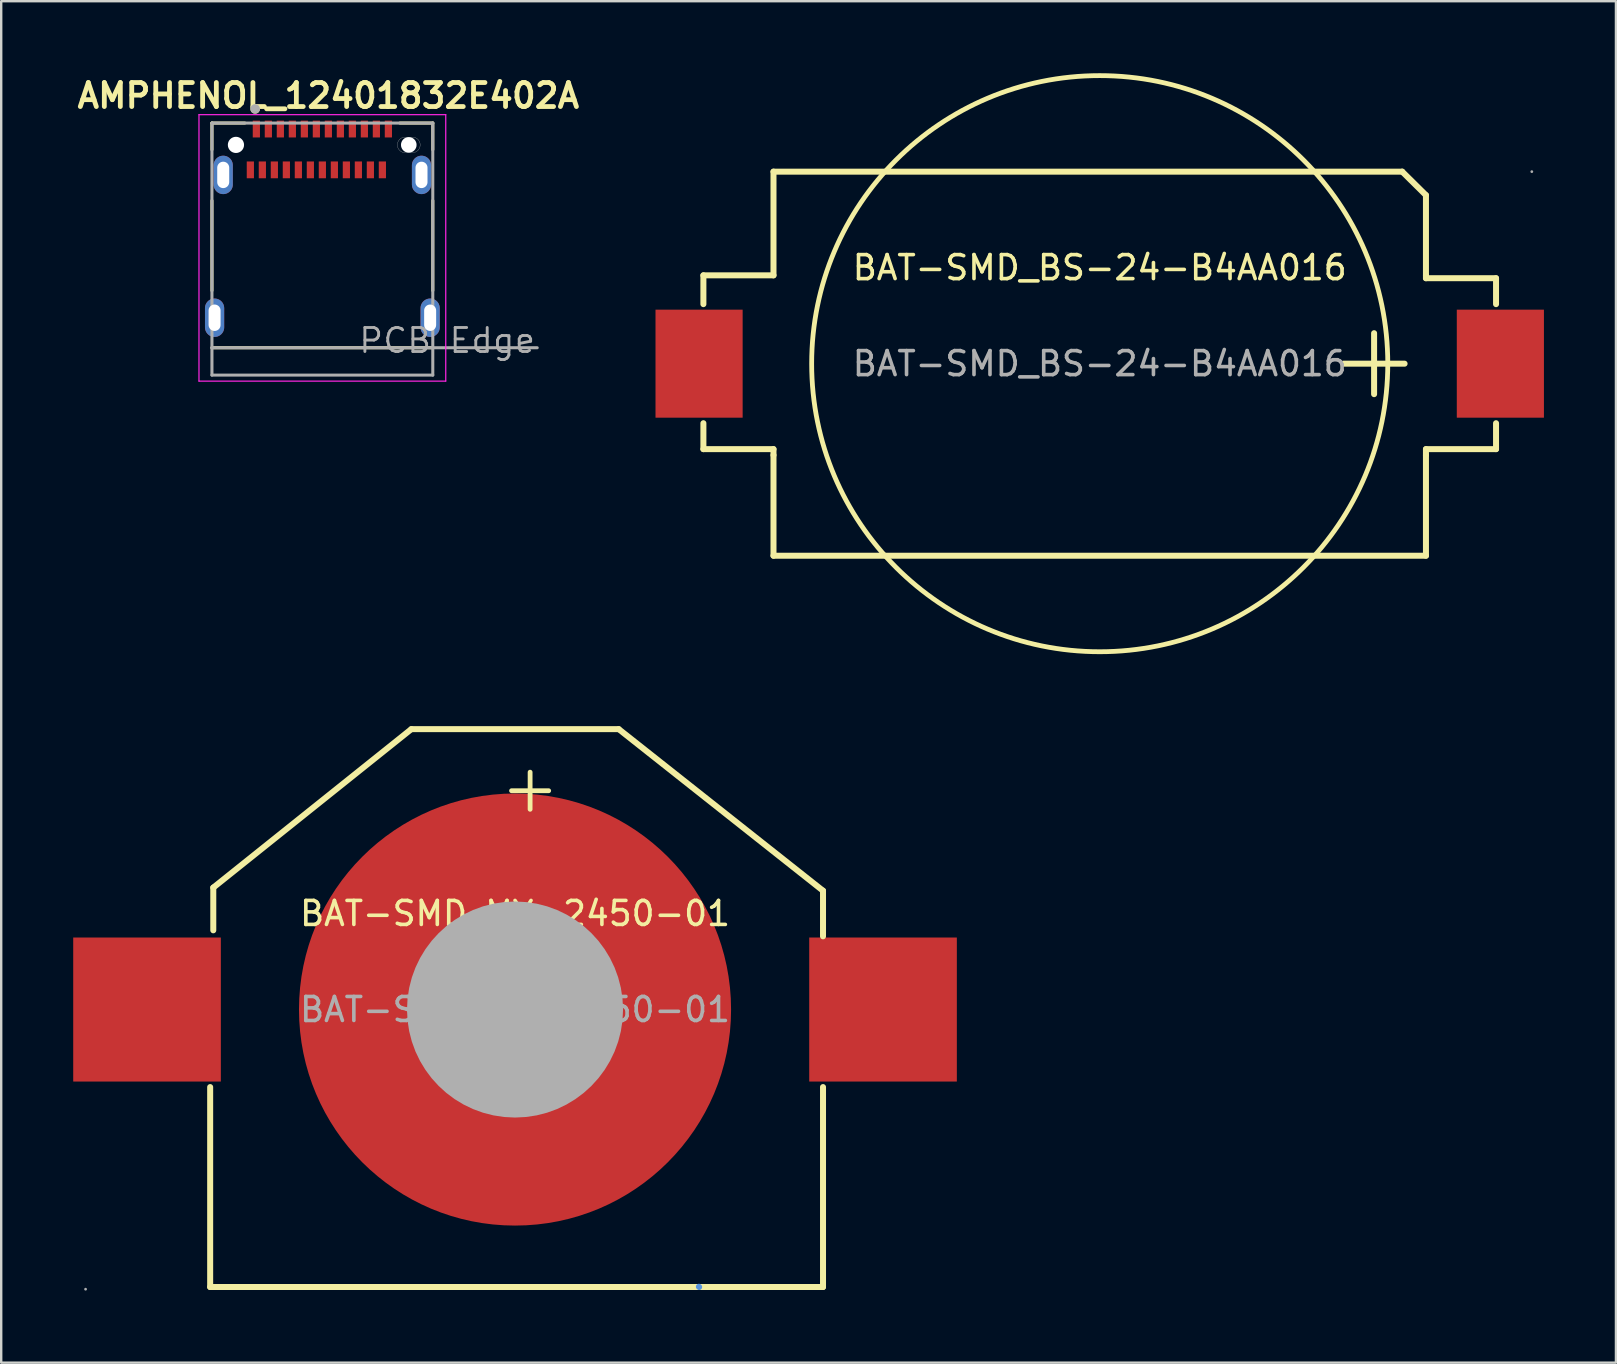
<source format=kicad_pcb>
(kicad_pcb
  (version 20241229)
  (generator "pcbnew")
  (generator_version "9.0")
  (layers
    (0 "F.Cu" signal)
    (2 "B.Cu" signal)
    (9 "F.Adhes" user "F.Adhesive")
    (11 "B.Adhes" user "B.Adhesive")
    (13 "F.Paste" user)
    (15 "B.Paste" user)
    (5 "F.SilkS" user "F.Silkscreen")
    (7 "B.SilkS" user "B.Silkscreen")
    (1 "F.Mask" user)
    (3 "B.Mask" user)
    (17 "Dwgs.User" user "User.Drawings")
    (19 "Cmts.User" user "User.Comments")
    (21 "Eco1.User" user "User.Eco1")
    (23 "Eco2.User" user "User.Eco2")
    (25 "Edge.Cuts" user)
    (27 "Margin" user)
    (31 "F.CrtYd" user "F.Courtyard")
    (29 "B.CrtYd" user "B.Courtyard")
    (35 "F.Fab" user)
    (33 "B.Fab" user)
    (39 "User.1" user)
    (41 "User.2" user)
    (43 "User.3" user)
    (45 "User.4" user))
  (footprint "AMPHENOL_12401832E402A"
    (layer "F.Cu")
    (at 10.379 2.986)
    (property "Reference" "AMPHENOL_12401832E402A" (at 0.25 -2.05 0) (layer "F.SilkS") (effects (font (size 1 1) (thickness 0.2) (bold yes))))
    (attr smd)
    (fp_line (start -4.6 -0.91) (end -4.6 0.2) (stroke (width 0.127) (type solid)) (layer "F.SilkS"))
    (fp_line (start -4.6 2.32) (end -4.6 6.07) (stroke (width 0.127) (type solid)) (layer "F.SilkS"))
    (fp_line (start -4.6 8.45) (end 4.6 8.45) (stroke (width 0.127) (type solid)) (layer "F.SilkS"))
    (fp_line (start -3.23 -0.91) (end -4.6 -0.91) (stroke (width 0.127) (type solid)) (layer "F.SilkS"))
    (fp_line (start 4.6 -0.91) (end 3.23 -0.91) (stroke (width 0.127) (type solid)) (layer "F.SilkS"))
    (fp_line (start 4.6 0.2) (end 4.6 -0.91) (stroke (width 0.127) (type solid)) (layer "F.SilkS"))
    (fp_line (start 4.6 6.07) (end 4.6 2.32) (stroke (width 0.127) (type solid)) (layer "F.SilkS"))
    (fp_circle (center -2.8 -1.5) (end -2.7 -1.5) (stroke (width 0.2) (type solid)) (fill no) (layer "F.SilkS"))
    (fp_line (start 3.45 -0.325) (end 3.75 -0.325) (stroke (width 0.01) (type solid)) (layer "Edge.Cuts"))
    (fp_line (start 3.75 0.325) (end 3.45 0.325) (stroke (width 0.01) (type solid)) (layer "Edge.Cuts"))
    (fp_arc (start 3.45 0.325) (mid 3.125 0) (end 3.45 -0.325) (stroke (width 0.01) (type solid)) (layer "Edge.Cuts"))
    (fp_arc (start 3.75 -0.325) (mid 4.075 0) (end 3.75 0.325) (stroke (width 0.01) (type solid)) (layer "Edge.Cuts"))
    (fp_line (start -5.14 -1.26) (end 5.14 -1.26) (stroke (width 0.05) (type solid)) (layer "F.CrtYd"))
    (fp_line (start -5.14 9.84) (end -5.14 -1.26) (stroke (width 0.05) (type solid)) (layer "F.CrtYd"))
    (fp_line (start 5.14 -1.26) (end 5.14 9.84) (stroke (width 0.05) (type solid)) (layer "F.CrtYd"))
    (fp_line (start 5.14 9.84) (end -5.14 9.84) (stroke (width 0.05) (type solid)) (layer "F.CrtYd"))
    (fp_line (start -4.6 -0.91) (end 4.6 -0.91) (stroke (width 0.127) (type solid)) (layer "F.Fab"))
    (fp_line (start -4.6 8.45) (end -4.6 -0.91) (stroke (width 0.127) (type solid)) (layer "F.Fab"))
    (fp_line (start -4.6 8.45) (end 8.95 8.45) (stroke (width 0.127) (type solid)) (layer "F.Fab"))
    (fp_line (start -4.6 9.59) (end -4.6 8.45) (stroke (width 0.127) (type solid)) (layer "F.Fab"))
    (fp_line (start 4.6 -0.91) (end 4.6 9.59) (stroke (width 0.127) (type solid)) (layer "F.Fab"))
    (fp_line (start 4.6 9.59) (end -4.6 9.59) (stroke (width 0.127) (type solid)) (layer "F.Fab"))
    (fp_circle (center -2.8 -1.5) (end -2.7 -1.5) (stroke (width 0.2) (type solid)) (fill no) (layer "F.Fab"))
    (fp_text user "PCB Edge" (at 5.2 8.15 0) (layer "F.Fab") (effects (font (size 1 1) (thickness 0.12))))
    (pad "" np_thru_hole circle (at -3.6 0) (size 0.675 0.675) (drill 0.675) (layers "*.Cu" "*.Mask"))
    (pad "" np_thru_hole circle (at 3.6 0) (size 0.65 0.65) (drill 0.65) (layers "*.Cu" "*.Mask"))
    (pad "1" thru_hole oval (at -4.13 1.25) (size 0.8 1.6) (drill oval 0.5 1.1) (layers "*.Cu" "*.Mask"))
    (pad "2" thru_hole oval (at 4.13 1.25) (size 0.8 1.6) (drill oval 0.5 1.1) (layers "*.Cu" "*.Mask"))
    (pad "3" thru_hole oval (at 4.49 7.2) (size 0.8 1.6) (drill oval 0.5 1.1) (layers "*.Cu" "*.Mask"))
    (pad "4" thru_hole oval (at -4.49 7.2) (size 0.8 1.6) (drill oval 0.5 1.1) (layers "*.Cu" "*.Mask"))
    (pad "A1B12" smd rect (at -3 1.04 90) (size 0.7 0.3) (layers "F.Cu" "F.Mask" "F.Paste"))
    (pad "A1B12" smd rect (at -2.75 -0.66 90) (size 0.7 0.3) (layers "F.Cu" "F.Mask" "F.Paste"))
    (pad "A2" smd rect (at -2.25 -0.66 90) (size 0.7 0.3) (layers "F.Cu" "F.Mask" "F.Paste"))
    (pad "A3" smd rect (at -1.75 -0.66 90) (size 0.7 0.3) (layers "F.Cu" "F.Mask" "F.Paste"))
    (pad "A4B9" smd rect (at -1.5 1.04 90) (size 0.7 0.3) (layers "F.Cu" "F.Mask" "F.Paste"))
    (pad "A4B9" smd rect (at -1.25 -0.66 90) (size 0.7 0.3) (layers "F.Cu" "F.Mask" "F.Paste"))
    (pad "A5" smd rect (at -0.75 -0.66 90) (size 0.7 0.3) (layers "F.Cu" "F.Mask" "F.Paste"))
    (pad "A6" smd rect (at -0.25 -0.66 90) (size 0.7 0.3) (layers "F.Cu" "F.Mask" "F.Paste"))
    (pad "A7" smd rect (at 0.25 -0.66 90) (size 0.7 0.3) (layers "F.Cu" "F.Mask" "F.Paste"))
    (pad "A8" smd rect (at 0.75 -0.66 90) (size 0.7 0.3) (layers "F.Cu" "F.Mask" "F.Paste"))
    (pad "A10" smd rect (at 1.75 -0.66 90) (size 0.7 0.3) (layers "F.Cu" "F.Mask" "F.Paste"))
    (pad "A11" smd rect (at 2.25 -0.66 90) (size 0.7 0.3) (layers "F.Cu" "F.Mask" "F.Paste"))
    (pad "B1A12" smd rect (at 2.5 1.04 90) (size 0.7 0.3) (layers "F.Cu" "F.Mask" "F.Paste"))
    (pad "B1A12" smd rect (at 2.75 -0.66 90) (size 0.7 0.3) (layers "F.Cu" "F.Mask" "F.Paste"))
    (pad "B2" smd rect (at 2 1.04 90) (size 0.7 0.3) (layers "F.Cu" "F.Mask" "F.Paste"))
    (pad "B3" smd rect (at 1.5 1.04 90) (size 0.7 0.3) (layers "F.Cu" "F.Mask" "F.Paste"))
    (pad "B4A9" smd rect (at 1 1.04 90) (size 0.7 0.3) (layers "F.Cu" "F.Mask" "F.Paste"))
    (pad "B4A9" smd rect (at 1.25 -0.66 90) (size 0.7 0.3) (layers "F.Cu" "F.Mask" "F.Paste"))
    (pad "B5" smd rect (at 0.5 1.04 90) (size 0.7 0.3) (layers "F.Cu" "F.Mask" "F.Paste"))
    (pad "B6" smd rect (at 0 1.04 90) (size 0.7 0.3) (layers "F.Cu" "F.Mask" "F.Paste"))
    (pad "B7" smd rect (at -0.5 1.04 90) (size 0.7 0.3) (layers "F.Cu" "F.Mask" "F.Paste"))
    (pad "B8" smd rect (at -1 1.04 90) (size 0.7 0.3) (layers "F.Cu" "F.Mask" "F.Paste"))
    (pad "B10" smd rect (at -2 1.04 90) (size 0.7 0.3) (layers "F.Cu" "F.Mask" "F.Paste"))
    (pad "B11" smd rect (at -2.5 1.04 90) (size 0.7 0.3) (layers "F.Cu" "F.Mask" "F.Paste")))
  (footprint "BAT-SMD_MY-2450-01"
    (layer "F.Cu")
    (at 18.405 39.005)
    (property "Reference" "BAT-SMD_MY-2450-01" (at 0 -4 0) (layer "F.SilkS") (effects (font (size 1 1) (thickness 0.15))))
    (attr smd)
    (fp_line (start -12.7 11.56) (end -12.7 3.23) (stroke (width 0.25) (type solid)) (layer "F.SilkS"))
    (fp_line (start -12.57 -5.08) (end -4.32 -11.68) (stroke (width 0.25) (type solid)) (layer "F.SilkS"))
    (fp_line (start -12.57 -3.3) (end -12.57 -5.08) (stroke (width 0.25) (type solid)) (layer "F.SilkS"))
    (fp_line (start -4.32 -11.68) (end 4.32 -11.68) (stroke (width 0.25) (type solid)) (layer "F.SilkS"))
    (fp_line (start 4.32 -11.68) (end 12.83 -4.95) (stroke (width 0.25) (type solid)) (layer "F.SilkS"))
    (fp_line (start 12.83 -4.95) (end 12.83 -3.05) (stroke (width 0.25) (type solid)) (layer "F.SilkS"))
    (fp_line (start 12.83 3.23) (end 12.83 11.56) (stroke (width 0.25) (type solid)) (layer "F.SilkS"))
    (fp_line (start 12.83 11.56) (end -12.7 11.56) (stroke (width 0.25) (type solid)) (layer "F.SilkS"))
    (fp_arc (start 7.67 11.56) (mid 7.663575 11.555173) (end 7.659271 11.548385) (stroke (width 0.25) (type solid)) (layer "Cmts.User"))
    (fp_circle (center -17.89 11.65) (end -17.86 11.65) (stroke (width 0.06) (type solid)) (fill no) (layer "F.Fab"))
    (fp_circle (center 0 0) (end 2.25 0) (stroke (width 4.5) (type solid)) (fill no) (layer "F.Fab"))
    (fp_text user "+" (at -0.76 -9.27 0) (layer "F.SilkS") (effects (font (size 2.03 2.03) (thickness 0.2)) (justify left)))
    (fp_text user "${REFERENCE}" (at 0 0 0) (layer "F.Fab") (effects (font (size 1 1) (thickness 0.15))))
    (pad "1" smd rect (at -15.33 0) (size 6.15 6) (layers "F.Cu" "F.Mask" "F.Paste"))
    (pad "1" smd rect (at 15.33 0) (size 6.15 6) (layers "F.Cu" "F.Mask" "F.Paste"))
    (pad "2" smd circle (at 0 0) (size 18 18) (layers "F.Cu" "F.Mask" "F.Paste")))
  (footprint "BAT-SMD_BS-24-B4AA016"
    (layer "F.Cu")
    (at 42.762 12.1)
    (property "Reference" "BAT-SMD_BS-24-B4AA016" (at 0 -4 0) (layer "F.SilkS") (effects (font (size 1 1) (thickness 0.15))))
    (attr smd)
    (fp_line (start -16.51 -3.68) (end -16.51 -2.48) (stroke (width 0.25) (type solid)) (layer "F.SilkS"))
    (fp_line (start -16.51 2.48) (end -16.51 3.56) (stroke (width 0.25) (type solid)) (layer "F.SilkS"))
    (fp_line (start -16.51 3.56) (end -13.59 3.56) (stroke (width 0.25) (type solid)) (layer "F.SilkS"))
    (fp_line (start -13.59 -8) (end -13.59 -3.68) (stroke (width 0.25) (type solid)) (layer "F.SilkS"))
    (fp_line (start -13.59 -3.68) (end -16.51 -3.68) (stroke (width 0.25) (type solid)) (layer "F.SilkS"))
    (fp_line (start -13.59 3.56) (end -13.59 3.81) (stroke (width 0.25) (type solid)) (layer "F.SilkS"))
    (fp_line (start -13.59 3.81) (end -13.59 8) (stroke (width 0.25) (type solid)) (layer "F.SilkS"))
    (fp_line (start -13.59 8) (end 13.59 8) (stroke (width 0.25) (type solid)) (layer "F.SilkS"))
    (fp_line (start 10.16 0) (end 12.7 0) (stroke (width 0.25) (type solid)) (layer "F.SilkS"))
    (fp_line (start 11.43 -1.27) (end 11.43 1.27) (stroke (width 0.25) (type solid)) (layer "F.SilkS"))
    (fp_line (start 12.6 -8) (end -13.59 -8) (stroke (width 0.25) (type solid)) (layer "F.SilkS"))
    (fp_line (start 12.6 -8) (end 13.59 -7.02) (stroke (width 0.25) (type solid)) (layer "F.SilkS"))
    (fp_line (start 13.59 -3.68) (end 13.59 -7.02) (stroke (width 0.25) (type solid)) (layer "F.SilkS"))
    (fp_line (start 13.59 -3.68) (end 13.59 -3.56) (stroke (width 0.25) (type solid)) (layer "F.SilkS"))
    (fp_line (start 13.59 -3.56) (end 16.51 -3.56) (stroke (width 0.25) (type solid)) (layer "F.SilkS"))
    (fp_line (start 13.59 3.56) (end 13.59 3.81) (stroke (width 0.25) (type solid)) (layer "F.SilkS"))
    (fp_line (start 13.59 8) (end 13.59 3.81) (stroke (width 0.25) (type solid)) (layer "F.SilkS"))
    (fp_line (start 16.51 -3.56) (end 16.51 -2.48) (stroke (width 0.25) (type solid)) (layer "F.SilkS"))
    (fp_line (start 16.51 2.48) (end 16.51 3.56) (stroke (width 0.25) (type solid)) (layer "F.SilkS"))
    (fp_line (start 16.51 3.56) (end 13.59 3.56) (stroke (width 0.25) (type solid)) (layer "F.SilkS"))
    (fp_circle (center 0 0) (end 12 0) (stroke (width 0.2) (type default)) (fill no) (layer "F.SilkS"))
    (fp_circle (center 18 -8) (end 18.03 -8) (stroke (width 0.06) (type solid)) (fill no) (layer "F.Fab"))
    (fp_text user "${REFERENCE}" (at 0 0 0) (layer "F.Fab") (effects (font (size 1 1) (thickness 0.15))))
    (pad "1" smd rect (at 16.69 0) (size 3.63 4.5) (layers "F.Cu" "F.Mask" "F.Paste"))
    (pad "2" smd rect (at -16.69 0) (size 3.63 4.5) (layers "F.Cu" "F.Mask" "F.Paste")))
  (gr_rect
    (start -3 -3)
    (end 64.267 53.715)
    (stroke (width 0.1) (type default))
    (fill no)
    (layer "Edge.Cuts")))
</source>
